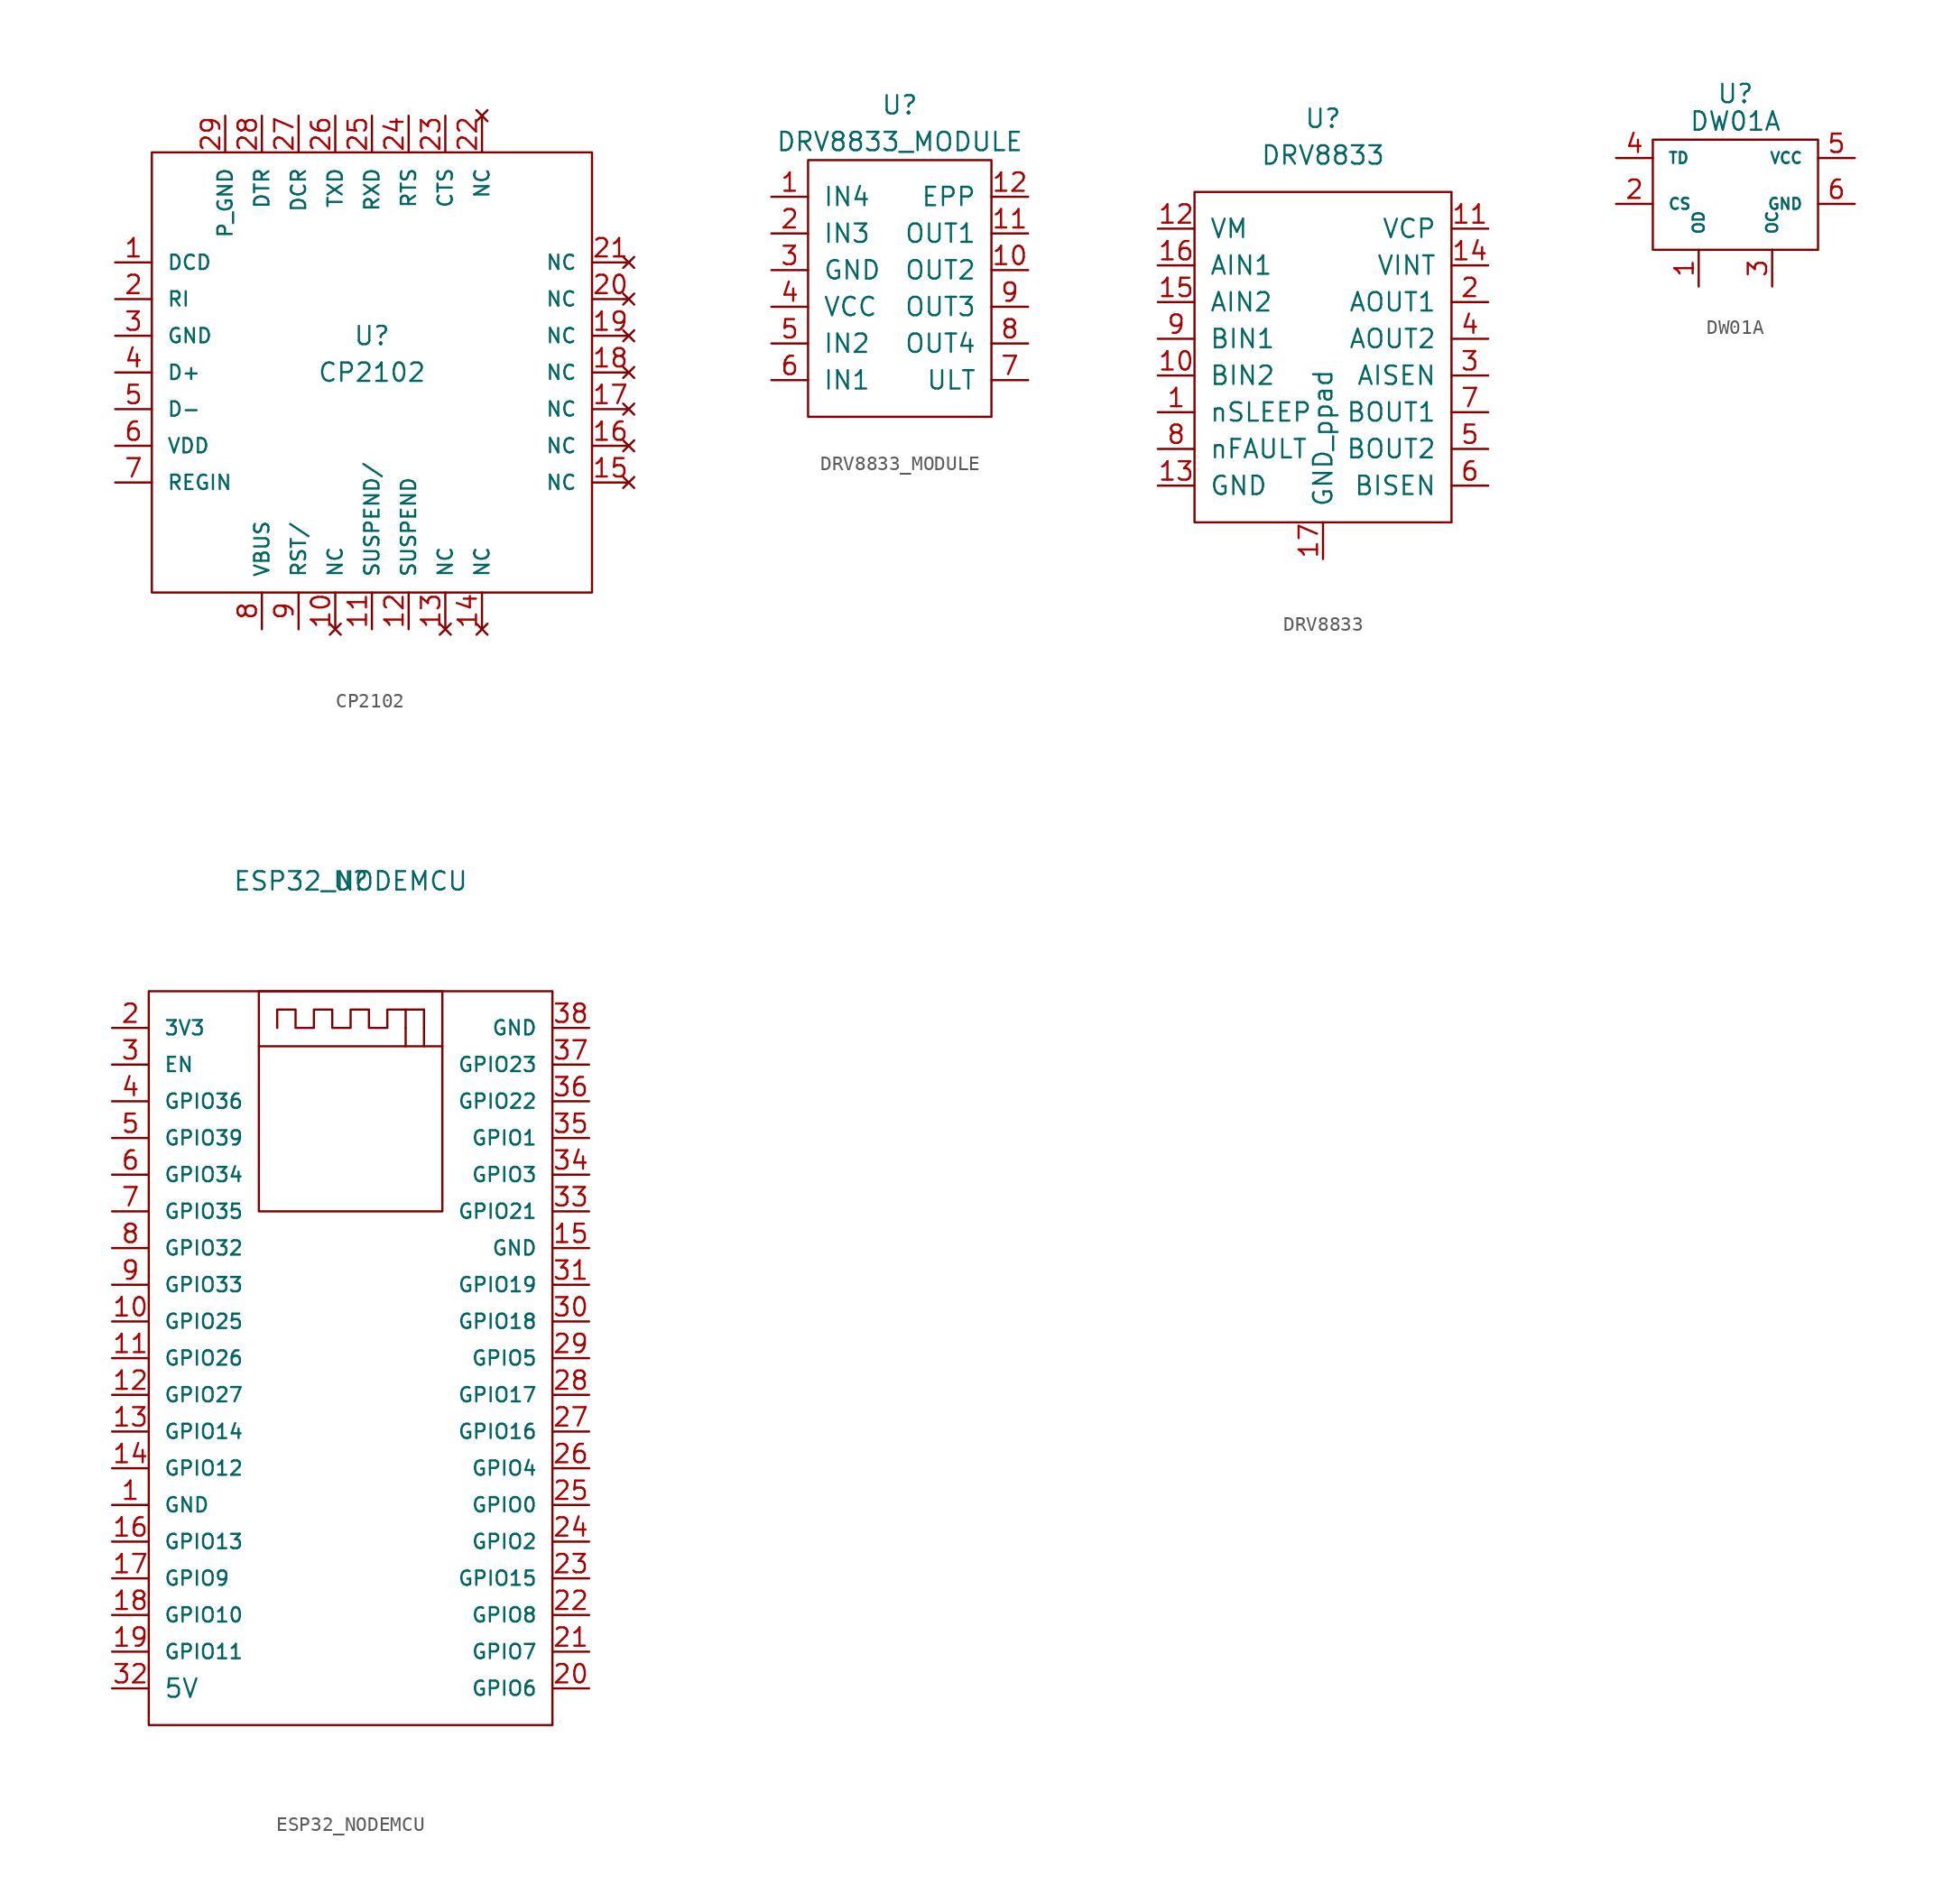
<source format=kicad_sym>
(kicad_symbol_lib
  (version 20231120)
  (generator "kicad_symbol_editor")
  (generator_version "8.0")
  (symbol "CP2102"
    (pin_names
      (offset 1.016))
    (property "Reference" "U"
      (at 0 2.54 0)
      (effects (font (size 1.27 1.27))))
    (property "Value" "CP2102"
      (at 0 0 0)
      (effects (font (size 1.27 1.27))))
    (symbol "CP2102_0_1"
      (rectangle (start -15.24 15.24) (end 15.24 -15.24) (stroke (width 0) (type default)) (fill (type none))))
    (symbol "CP2102_1_1"
      (pin bidirectional line (at -17.78 7.62 0) (length 2.54) (name "DCD" (effects (font (size 0.991 0.991)))) (number "1" (effects (font (size 1.27 1.27)))))
      (pin no_connect line (at -2.54 -17.78 90) (length 2.54) (name "NC" (effects (font (size 0.991 0.991)))) (number "10" (effects (font (size 1.27 1.27)))))
      (pin bidirectional line (at 0 -17.78 90) (length 2.54) (name "SUSPEND/" (effects (font (size 0.991 0.991)))) (number "11" (effects (font (size 1.27 1.27)))))
      (pin bidirectional line (at 2.54 -17.78 90) (length 2.54) (name "SUSPEND" (effects (font (size 0.991 0.991)))) (number "12" (effects (font (size 1.27 1.27)))))
      (pin no_connect line (at 5.08 -17.78 90) (length 2.54) (name "NC" (effects (font (size 0.991 0.991)))) (number "13" (effects (font (size 1.27 1.27)))))
      (pin no_connect line (at 7.62 -17.78 90) (length 2.54) (name "NC" (effects (font (size 0.991 0.991)))) (number "14" (effects (font (size 1.27 1.27)))))
      (pin no_connect line (at 17.78 -7.62 180) (length 2.54) (name "NC" (effects (font (size 0.991 0.991)))) (number "15" (effects (font (size 1.27 1.27)))))
      (pin no_connect line (at 17.78 -5.08 180) (length 2.54) (name "NC" (effects (font (size 0.991 0.991)))) (number "16" (effects (font (size 1.27 1.27)))))
      (pin no_connect line (at 17.78 -2.54 180) (length 2.54) (name "NC" (effects (font (size 0.991 0.991)))) (number "17" (effects (font (size 1.27 1.27)))))
      (pin no_connect line (at 17.78 0 180) (length 2.54) (name "NC" (effects (font (size 0.991 0.991)))) (number "18" (effects (font (size 1.27 1.27)))))
      (pin no_connect line (at 17.78 2.54 180) (length 2.54) (name "NC" (effects (font (size 0.991 0.991)))) (number "19" (effects (font (size 1.27 1.27)))))
      (pin bidirectional line (at -17.78 5.08 0) (length 2.54) (name "RI" (effects (font (size 0.991 0.991)))) (number "2" (effects (font (size 1.27 1.27)))))
      (pin no_connect line (at 17.78 5.08 180) (length 2.54) (name "NC" (effects (font (size 0.991 0.991)))) (number "20" (effects (font (size 1.27 1.27)))))
      (pin no_connect line (at 17.78 7.62 180) (length 2.54) (name "NC" (effects (font (size 0.991 0.991)))) (number "21" (effects (font (size 1.27 1.27)))))
      (pin no_connect line (at 7.62 17.78 270) (length 2.54) (name "NC" (effects (font (size 0.991 0.991)))) (number "22" (effects (font (size 1.27 1.27)))))
      (pin bidirectional line (at 5.08 17.78 270) (length 2.54) (name "CTS" (effects (font (size 0.991 0.991)))) (number "23" (effects (font (size 1.27 1.27)))))
      (pin bidirectional line (at 2.54 17.78 270) (length 2.54) (name "RTS" (effects (font (size 0.991 0.991)))) (number "24" (effects (font (size 1.27 1.27)))))
      (pin bidirectional line (at 0 17.78 270) (length 2.54) (name "RXD" (effects (font (size 0.991 0.991)))) (number "25" (effects (font (size 1.27 1.27)))))
      (pin bidirectional line (at -2.54 17.78 270) (length 2.54) (name "TXD" (effects (font (size 0.991 0.991)))) (number "26" (effects (font (size 1.27 1.27)))))
      (pin bidirectional line (at -5.08 17.78 270) (length 2.54) (name "DCR" (effects (font (size 0.991 0.991)))) (number "27" (effects (font (size 1.27 1.27)))))
      (pin bidirectional line (at -7.62 17.78 270) (length 2.54) (name "DTR" (effects (font (size 0.991 0.991)))) (number "28" (effects (font (size 1.27 1.27)))))
      (pin bidirectional line (at -10.16 17.78 270) (length 2.54) (name "P_GND" (effects (font (size 0.991 0.991)))) (number "29" (effects (font (size 1.27 1.27)))))
      (pin bidirectional line (at -17.78 2.54 0) (length 2.54) (name "GND" (effects (font (size 0.991 0.991)))) (number "3" (effects (font (size 1.27 1.27)))))
      (pin bidirectional line (at -17.78 0 0) (length 2.54) (name "D+" (effects (font (size 0.991 0.991)))) (number "4" (effects (font (size 1.27 1.27)))))
      (pin bidirectional line (at -17.78 -2.54 0) (length 2.54) (name "D-" (effects (font (size 0.991 0.991)))) (number "5" (effects (font (size 1.27 1.27)))))
      (pin bidirectional line (at -17.78 -5.08 0) (length 2.54) (name "VDD" (effects (font (size 0.991 0.991)))) (number "6" (effects (font (size 1.27 1.27)))))
      (pin bidirectional line (at -17.78 -7.62 0) (length 2.54) (name "REGIN" (effects (font (size 0.991 0.991)))) (number "7" (effects (font (size 1.27 1.27)))))
      (pin bidirectional line (at -7.62 -17.78 90) (length 2.54) (name "VBUS" (effects (font (size 0.991 0.991)))) (number "8" (effects (font (size 1.27 1.27)))))
      (pin bidirectional line (at -5.08 -17.78 90) (length 2.54) (name "RST/" (effects (font (size 0.991 0.991)))) (number "9" (effects (font (size 1.27 1.27)))))))
  (symbol "DRV8833_MODULE"
    (pin_names
      (offset 1.016))
    (property "Reference" "U"
      (at 0 12.7 0)
      (effects (font (size 1.27 1.27))))
    (property "Value" "DRV8833_MODULE"
      (at 0 10.16 0)
      (effects (font (size 1.27 1.27))))
    (symbol "DRV8833_MODULE_0_1"
      (rectangle (start -6.35 8.89) (end 6.35 -8.89) (stroke (width 0) (type default)) (fill (type none))))
    (symbol "DRV8833_MODULE_1_1"
      (pin input line (at -8.89 6.35 0) (length 2.54) (name "IN4" (effects (font (size 1.27 1.27)))) (number "1" (effects (font (size 1.27 1.27)))))
      (pin output line (at 8.89 1.27 180) (length 2.54) (name "OUT2" (effects (font (size 1.27 1.27)))) (number "10" (effects (font (size 1.27 1.27)))))
      (pin output line (at 8.89 3.81 180) (length 2.54) (name "OUT1" (effects (font (size 1.27 1.27)))) (number "11" (effects (font (size 1.27 1.27)))))
      (pin input line (at 8.89 6.35 180) (length 2.54) (name "EPP" (effects (font (size 1.27 1.27)))) (number "12" (effects (font (size 1.27 1.27)))))
      (pin input line (at -8.89 3.81 0) (length 2.54) (name "IN3" (effects (font (size 1.27 1.27)))) (number "2" (effects (font (size 1.27 1.27)))))
      (pin power_in line (at -8.89 1.27 0) (length 2.54) (name "GND" (effects (font (size 1.27 1.27)))) (number "3" (effects (font (size 1.27 1.27)))))
      (pin power_in line (at -8.89 -1.27 0) (length 2.54) (name "VCC" (effects (font (size 1.27 1.27)))) (number "4" (effects (font (size 1.27 1.27)))))
      (pin input line (at -8.89 -3.81 0) (length 2.54) (name "IN2" (effects (font (size 1.27 1.27)))) (number "5" (effects (font (size 1.27 1.27)))))
      (pin input line (at -8.89 -6.35 0) (length 2.54) (name "IN1" (effects (font (size 1.27 1.27)))) (number "6" (effects (font (size 1.27 1.27)))))
      (pin output line (at 8.89 -6.35 180) (length 2.54) (name "ULT" (effects (font (size 1.27 1.27)))) (number "7" (effects (font (size 1.27 1.27)))))
      (pin output line (at 8.89 -3.81 180) (length 2.54) (name "OUT4" (effects (font (size 1.27 1.27)))) (number "8" (effects (font (size 1.27 1.27)))))
      (pin output line (at 8.89 -1.27 180) (length 2.54) (name "OUT3" (effects (font (size 1.27 1.27)))) (number "9" (effects (font (size 1.27 1.27)))))))
  (symbol "DRV8833"
    (pin_names
      (offset 1.016))
    (property "Reference" "U"
      (at 0 16.51 0)
      (effects (font (size 1.27 1.27))))
    (property "Value" "DRV8833"
      (at 0 13.97 0)
      (effects (font (size 1.27 1.27))))
    (symbol "DRV8833_0_1"
      (rectangle (start -8.89 11.43) (end 8.89 -11.43) (stroke (width 0) (type default)) (fill (type none))))
    (symbol "DRV8833_1_1"
      (pin input line (at -11.43 -3.81 0) (length 2.54) (name "nSLEEP" (effects (font (size 1.27 1.27)))) (number "1" (effects (font (size 1.27 1.27)))))
      (pin input line (at -11.43 -1.27 0) (length 2.54) (name "BIN2" (effects (font (size 1.27 1.27)))) (number "10" (effects (font (size 1.27 1.27)))))
      (pin power_in line (at 11.43 8.89 180) (length 2.54) (name "VCP" (effects (font (size 1.27 1.27)))) (number "11" (effects (font (size 1.27 1.27)))))
      (pin power_in line (at -11.43 8.89 0) (length 2.54) (name "VM" (effects (font (size 1.27 1.27)))) (number "12" (effects (font (size 1.27 1.27)))))
      (pin power_in line (at -11.43 -8.89 0) (length 2.54) (name "GND" (effects (font (size 1.27 1.27)))) (number "13" (effects (font (size 1.27 1.27)))))
      (pin power_in line (at 11.43 6.35 180) (length 2.54) (name "VINT" (effects (font (size 1.27 1.27)))) (number "14" (effects (font (size 1.27 1.27)))))
      (pin input line (at -11.43 3.81 0) (length 2.54) (name "AIN2" (effects (font (size 1.27 1.27)))) (number "15" (effects (font (size 1.27 1.27)))))
      (pin input line (at -11.43 6.35 0) (length 2.54) (name "AIN1" (effects (font (size 1.27 1.27)))) (number "16" (effects (font (size 1.27 1.27)))))
      (pin input line (at 0 -13.97 90) (length 2.54) (name "GND_ppad" (effects (font (size 1.27 1.27)))) (number "17" (effects (font (size 1.27 1.27)))))
      (pin output line (at 11.43 3.81 180) (length 2.54) (name "AOUT1" (effects (font (size 1.27 1.27)))) (number "2" (effects (font (size 1.27 1.27)))))
      (pin input line (at 11.43 -1.27 180) (length 2.54) (name "AISEN" (effects (font (size 1.27 1.27)))) (number "3" (effects (font (size 1.27 1.27)))))
      (pin output line (at 11.43 1.27 180) (length 2.54) (name "AOUT2" (effects (font (size 1.27 1.27)))) (number "4" (effects (font (size 1.27 1.27)))))
      (pin output line (at 11.43 -6.35 180) (length 2.54) (name "BOUT2" (effects (font (size 1.27 1.27)))) (number "5" (effects (font (size 1.27 1.27)))))
      (pin input line (at 11.43 -8.89 180) (length 2.54) (name "BISEN" (effects (font (size 1.27 1.27)))) (number "6" (effects (font (size 1.27 1.27)))))
      (pin output line (at 11.43 -3.81 180) (length 2.54) (name "BOUT1" (effects (font (size 1.27 1.27)))) (number "7" (effects (font (size 1.27 1.27)))))
      (pin input line (at -11.43 -6.35 0) (length 2.54) (name "nFAULT" (effects (font (size 1.27 1.27)))) (number "8" (effects (font (size 1.27 1.27)))))
      (pin input line (at -11.43 1.27 0) (length 2.54) (name "BIN1" (effects (font (size 1.27 1.27)))) (number "9" (effects (font (size 1.27 1.27)))))))
  (symbol "DW01A"
    (pin_names
      (offset 1.016))
    (property "Reference" "U"
      (at 0 6.985 0)
      (effects (font (size 1.27 1.27))))
    (property "Value" "DW01A"
      (at 0 5.08 0)
      (effects (font (size 1.27 1.27))))
    (symbol "DW01A_0_1"
      (rectangle (start -5.715 3.81) (end 5.715 -3.81) (stroke (width 0) (type solid)) (fill (type none))))
    (symbol "DW01A_1_1"
      (pin passive line (at -2.54 -6.35 90) (length 2.54) (name "OD" (effects (font (size 0.762 0.762)))) (number "1" (effects (font (size 1.27 1.27)))))
      (pin passive line (at -8.255 -0.635 0) (length 2.54) (name "CS" (effects (font (size 0.762 0.762)))) (number "2" (effects (font (size 1.27 1.27)))))
      (pin passive line (at 2.54 -6.35 90) (length 2.54) (name "OC" (effects (font (size 0.762 0.762)))) (number "3" (effects (font (size 1.27 1.27)))))
      (pin passive line (at -8.255 2.54 0) (length 2.54) (name "TD" (effects (font (size 0.762 0.762)))) (number "4" (effects (font (size 1.27 1.27)))))
      (pin passive line (at 8.255 2.54 180) (length 2.54) (name "VCC" (effects (font (size 0.762 0.762)))) (number "5" (effects (font (size 1.27 1.27)))))
      (pin passive line (at 8.255 -0.635 180) (length 2.54) (name "GND" (effects (font (size 0.762 0.762)))) (number "6" (effects (font (size 1.27 1.27)))))))
  (symbol "ESP32_NODEMCU"
    (pin_names
      (offset 1.016))
    (property "Reference" "U"
      (at 0 15.24 0)
      (effects (font (size 1.27 1.27))))
    (property "Value" "ESP32_NODEMCU"
      (at 0 15.24 0)
      (effects (font (size 1.27 1.27))))
    (symbol "ESP32_NODEMCU_0_1"
      (rectangle (start -13.97 7.62) (end 13.97 -43.18) (stroke (width 0) (type default)) (fill (type none)))
      (rectangle (start -6.35 7.62) (end 6.35 -7.62) (stroke (width 0) (type default)) (fill (type none)))
      (polyline (pts (xy -6.35 3.81) (xy 6.35 3.81)) (stroke (width 0) (type default)) (fill (type none)))
      (polyline (pts (xy 3.81 5.08) (xy 3.81 3.81)) (stroke (width 0) (type default)) (fill (type none)))
      (polyline (pts (xy 3.81 5.08) (xy 3.81 6.35)) (stroke (width 0) (type default)) (fill (type none)))
      (polyline (pts (xy 5.08 5.08) (xy 5.08 3.81)) (stroke (width 0) (type default)) (fill (type none)))
      (polyline (pts (xy 5.08 5.08) (xy 5.08 6.35)) (stroke (width 0) (type default)) (fill (type none)))
      (polyline (pts (xy 5.08 6.35) (xy 2.54 6.35) (xy 2.54 5.08) (xy 1.27 5.08) (xy 1.27 6.35) (xy 0 6.35) (xy 0 5.08) (xy -1.27 5.08) (xy -1.27 6.35) (xy -2.54 6.35) (xy -2.54 5.08) (xy -3.81 5.08) (xy -3.81 6.35) (xy -5.08 6.35) (xy -5.08 5.08)) (stroke (width 0) (type default)) (fill (type none))))
    (symbol "ESP32_NODEMCU_1_1"
      (pin bidirectional line (at -16.51 -27.94 0) (length 2.54) (name "GND" (effects (font (size 0.991 0.991)))) (number "1" (effects (font (size 1.27 1.27)))))
      (pin bidirectional line (at -16.51 -15.24 0) (length 2.54) (name "GPIO25" (effects (font (size 0.991 0.991)))) (number "10" (effects (font (size 1.27 1.27)))))
      (pin bidirectional line (at -16.51 -17.78 0) (length 2.54) (name "GPIO26" (effects (font (size 0.991 0.991)))) (number "11" (effects (font (size 1.27 1.27)))))
      (pin bidirectional line (at -16.51 -20.32 0) (length 2.54) (name "GPIO27" (effects (font (size 0.991 0.991)))) (number "12" (effects (font (size 1.27 1.27)))))
      (pin bidirectional line (at -16.51 -22.86 0) (length 2.54) (name "GPIO14" (effects (font (size 0.991 0.991)))) (number "13" (effects (font (size 1.27 1.27)))))
      (pin bidirectional line (at -16.51 -25.4 0) (length 2.54) (name "GPIO12" (effects (font (size 0.991 0.991)))) (number "14" (effects (font (size 1.27 1.27)))))
      (pin bidirectional line (at 16.51 -10.16 180) (length 2.54) (name "GND" (effects (font (size 0.991 0.991)))) (number "15" (effects (font (size 1.27 1.27)))))
      (pin bidirectional line (at -16.51 -30.48 0) (length 2.54) (name "GPIO13" (effects (font (size 0.991 0.991)))) (number "16" (effects (font (size 1.27 1.27)))))
      (pin bidirectional line (at -16.51 -33.02 0) (length 2.54) (name "GPIO9" (effects (font (size 0.991 0.991)))) (number "17" (effects (font (size 1.27 1.27)))))
      (pin bidirectional line (at -16.51 -35.56 0) (length 2.54) (name "GPIO10" (effects (font (size 0.991 0.991)))) (number "18" (effects (font (size 1.27 1.27)))))
      (pin bidirectional line (at -16.51 -38.1 0) (length 2.54) (name "GPIO11" (effects (font (size 0.991 0.991)))) (number "19" (effects (font (size 1.27 1.27)))))
      (pin bidirectional line (at -16.51 5.08 0) (length 2.54) (name "3V3" (effects (font (size 0.991 0.991)))) (number "2" (effects (font (size 1.27 1.27)))))
      (pin bidirectional line (at 16.51 -40.64 180) (length 2.54) (name "GPIO6" (effects (font (size 0.991 0.991)))) (number "20" (effects (font (size 1.27 1.27)))))
      (pin bidirectional line (at 16.51 -38.1 180) (length 2.54) (name "GPIO7" (effects (font (size 0.991 0.991)))) (number "21" (effects (font (size 1.27 1.27)))))
      (pin bidirectional line (at 16.51 -35.56 180) (length 2.54) (name "GPIO8" (effects (font (size 0.991 0.991)))) (number "22" (effects (font (size 1.27 1.27)))))
      (pin bidirectional line (at 16.51 -33.02 180) (length 2.54) (name "GPIO15" (effects (font (size 0.991 0.991)))) (number "23" (effects (font (size 1.27 1.27)))))
      (pin bidirectional line (at 16.51 -30.48 180) (length 2.54) (name "GPIO2" (effects (font (size 0.991 0.991)))) (number "24" (effects (font (size 1.27 1.27)))))
      (pin bidirectional line (at 16.51 -27.94 180) (length 2.54) (name "GPIO0" (effects (font (size 0.991 0.991)))) (number "25" (effects (font (size 1.27 1.27)))))
      (pin bidirectional line (at 16.51 -25.4 180) (length 2.54) (name "GPIO4" (effects (font (size 0.991 0.991)))) (number "26" (effects (font (size 1.27 1.27)))))
      (pin bidirectional line (at 16.51 -22.86 180) (length 2.54) (name "GPIO16" (effects (font (size 0.991 0.991)))) (number "27" (effects (font (size 1.27 1.27)))))
      (pin bidirectional line (at 16.51 -20.32 180) (length 2.54) (name "GPIO17" (effects (font (size 0.991 0.991)))) (number "28" (effects (font (size 1.27 1.27)))))
      (pin bidirectional line (at 16.51 -17.78 180) (length 2.54) (name "GPIO5" (effects (font (size 0.991 0.991)))) (number "29" (effects (font (size 1.27 1.27)))))
      (pin bidirectional line (at -16.51 2.54 0) (length 2.54) (name "EN" (effects (font (size 0.991 0.991)))) (number "3" (effects (font (size 1.27 1.27)))))
      (pin bidirectional line (at 16.51 -15.24 180) (length 2.54) (name "GPIO18" (effects (font (size 0.991 0.991)))) (number "30" (effects (font (size 1.27 1.27)))))
      (pin bidirectional line (at 16.51 -12.7 180) (length 2.54) (name "GPIO19" (effects (font (size 0.991 0.991)))) (number "31" (effects (font (size 1.27 1.27)))))
      (pin input line (at -16.51 -40.64 0) (length 2.54) (name "5V" (effects (font (size 1.27 1.27)))) (number "32" (effects (font (size 1.27 1.27)))))
      (pin bidirectional line (at 16.51 -7.62 180) (length 2.54) (name "GPIO21" (effects (font (size 0.991 0.991)))) (number "33" (effects (font (size 1.27 1.27)))))
      (pin input line (at 16.51 -5.08 180) (length 2.54) (name "GPIO3" (effects (font (size 0.991 0.991)))) (number "34" (effects (font (size 1.27 1.27)))))
      (pin output line (at 16.51 -2.54 180) (length 2.54) (name "GPIO1" (effects (font (size 0.991 0.991)))) (number "35" (effects (font (size 1.27 1.27)))))
      (pin bidirectional line (at 16.51 0 180) (length 2.54) (name "GPIO22" (effects (font (size 0.991 0.991)))) (number "36" (effects (font (size 1.27 1.27)))))
      (pin bidirectional line (at 16.51 2.54 180) (length 2.54) (name "GPIO23" (effects (font (size 0.991 0.991)))) (number "37" (effects (font (size 1.27 1.27)))))
      (pin bidirectional line (at 16.51 5.08 180) (length 2.54) (name "GND" (effects (font (size 0.991 0.991)))) (number "38" (effects (font (size 1.27 1.27)))))
      (pin input line (at -16.51 0 0) (length 2.54) (name "GPIO36" (effects (font (size 0.991 0.991)))) (number "4" (effects (font (size 1.27 1.27)))))
      (pin input line (at -16.51 -2.54 0) (length 2.54) (name "GPIO39" (effects (font (size 0.991 0.991)))) (number "5" (effects (font (size 1.27 1.27)))))
      (pin input line (at -16.51 -5.08 0) (length 2.54) (name "GPIO34" (effects (font (size 0.991 0.991)))) (number "6" (effects (font (size 1.27 1.27)))))
      (pin input line (at -16.51 -7.62 0) (length 2.54) (name "GPIO35" (effects (font (size 0.991 0.991)))) (number "7" (effects (font (size 1.27 1.27)))))
      (pin bidirectional line (at -16.51 -10.16 0) (length 2.54) (name "GPIO32" (effects (font (size 0.991 0.991)))) (number "8" (effects (font (size 1.27 1.27)))))
      (pin bidirectional line (at -16.51 -12.7 0) (length 2.54) (name "GPIO33" (effects (font (size 0.991 0.991)))) (number "9" (effects (font (size 1.27 1.27))))))))
</source>
